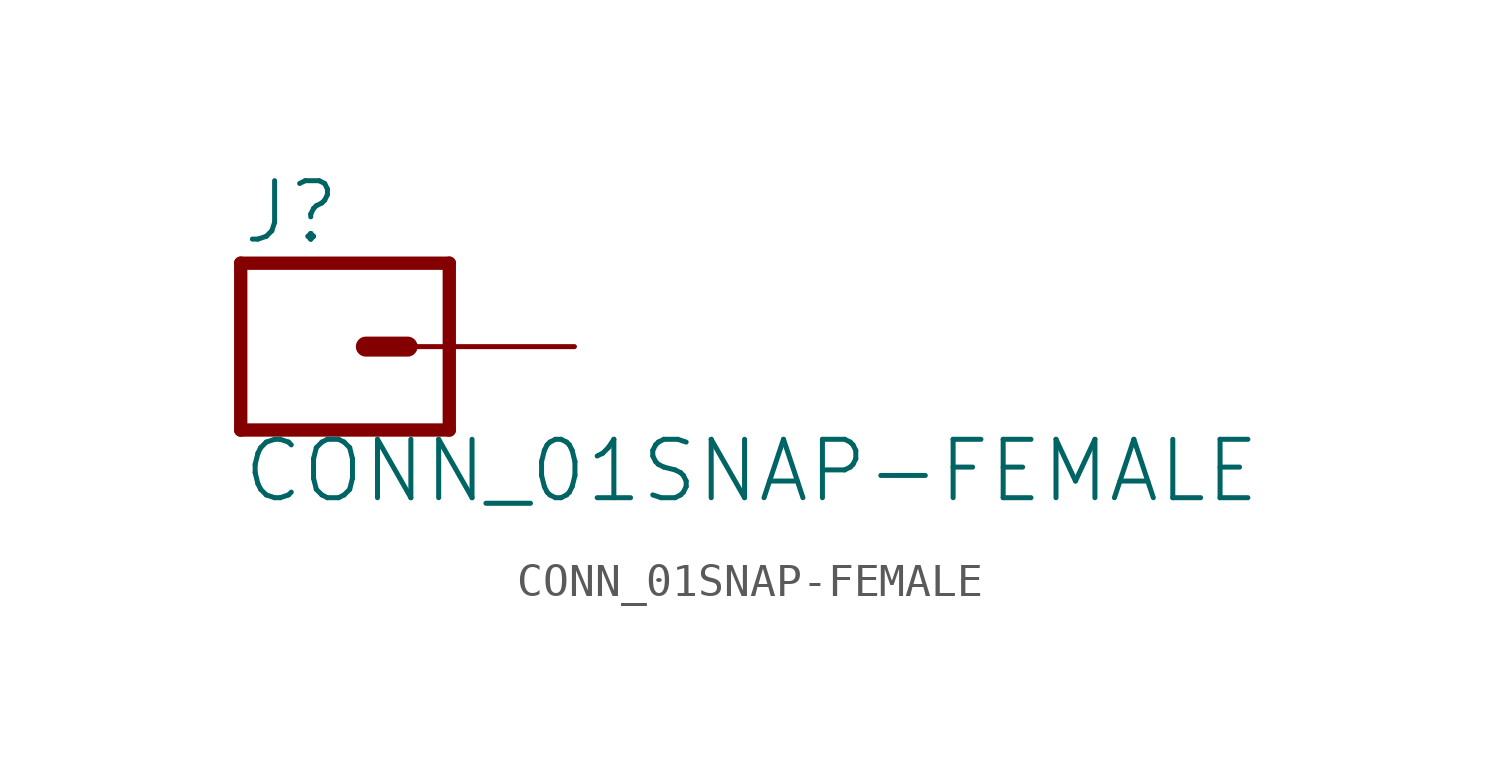
<source format=kicad_sym>
(kicad_symbol_lib
  (version 20220331)
  (generator kicad_symbol_editor)
  (symbol "CONN_01SNAP-FEMALE"
    (property "Reference" "J"
      (at -2.54 3.048 0)
      (effects (font (size 1.778 1.778)) (justify left bottom)))
    (property "Value" "CONN_01SNAP-FEMALE"
      (at -2.54 -4.826 0)
      (effects (font (size 1.778 1.778)) (justify left bottom)))
    (property "ki_locked" ""
      (at 0 0 0)
      (effects (font (size 1.27 1.27))))
    (symbol "CONN_01SNAP-FEMALE_1_0"
      (polyline (pts (xy -2.54 2.54) (xy -2.54 -2.54)) (stroke (width 0.406) (type solid)) (fill (type none)))
      (polyline (pts (xy -2.54 2.54) (xy 3.81 2.54)) (stroke (width 0.406) (type solid)) (fill (type none)))
      (polyline (pts (xy 1.27 0) (xy 2.54 0)) (stroke (width 0.61) (type solid)) (fill (type none)))
      (polyline (pts (xy 3.81 -2.54) (xy -2.54 -2.54)) (stroke (width 0.406) (type solid)) (fill (type none)))
      (polyline (pts (xy 3.81 -2.54) (xy 3.81 2.54)) (stroke (width 0.406) (type solid)) (fill (type none)))
      (pin passive line (at 7.62 0 180) (length 5.08) (name "1" (effects (font (size 0 0)))) (number "1" (effects (font (size 0 0))))))))
</source>
